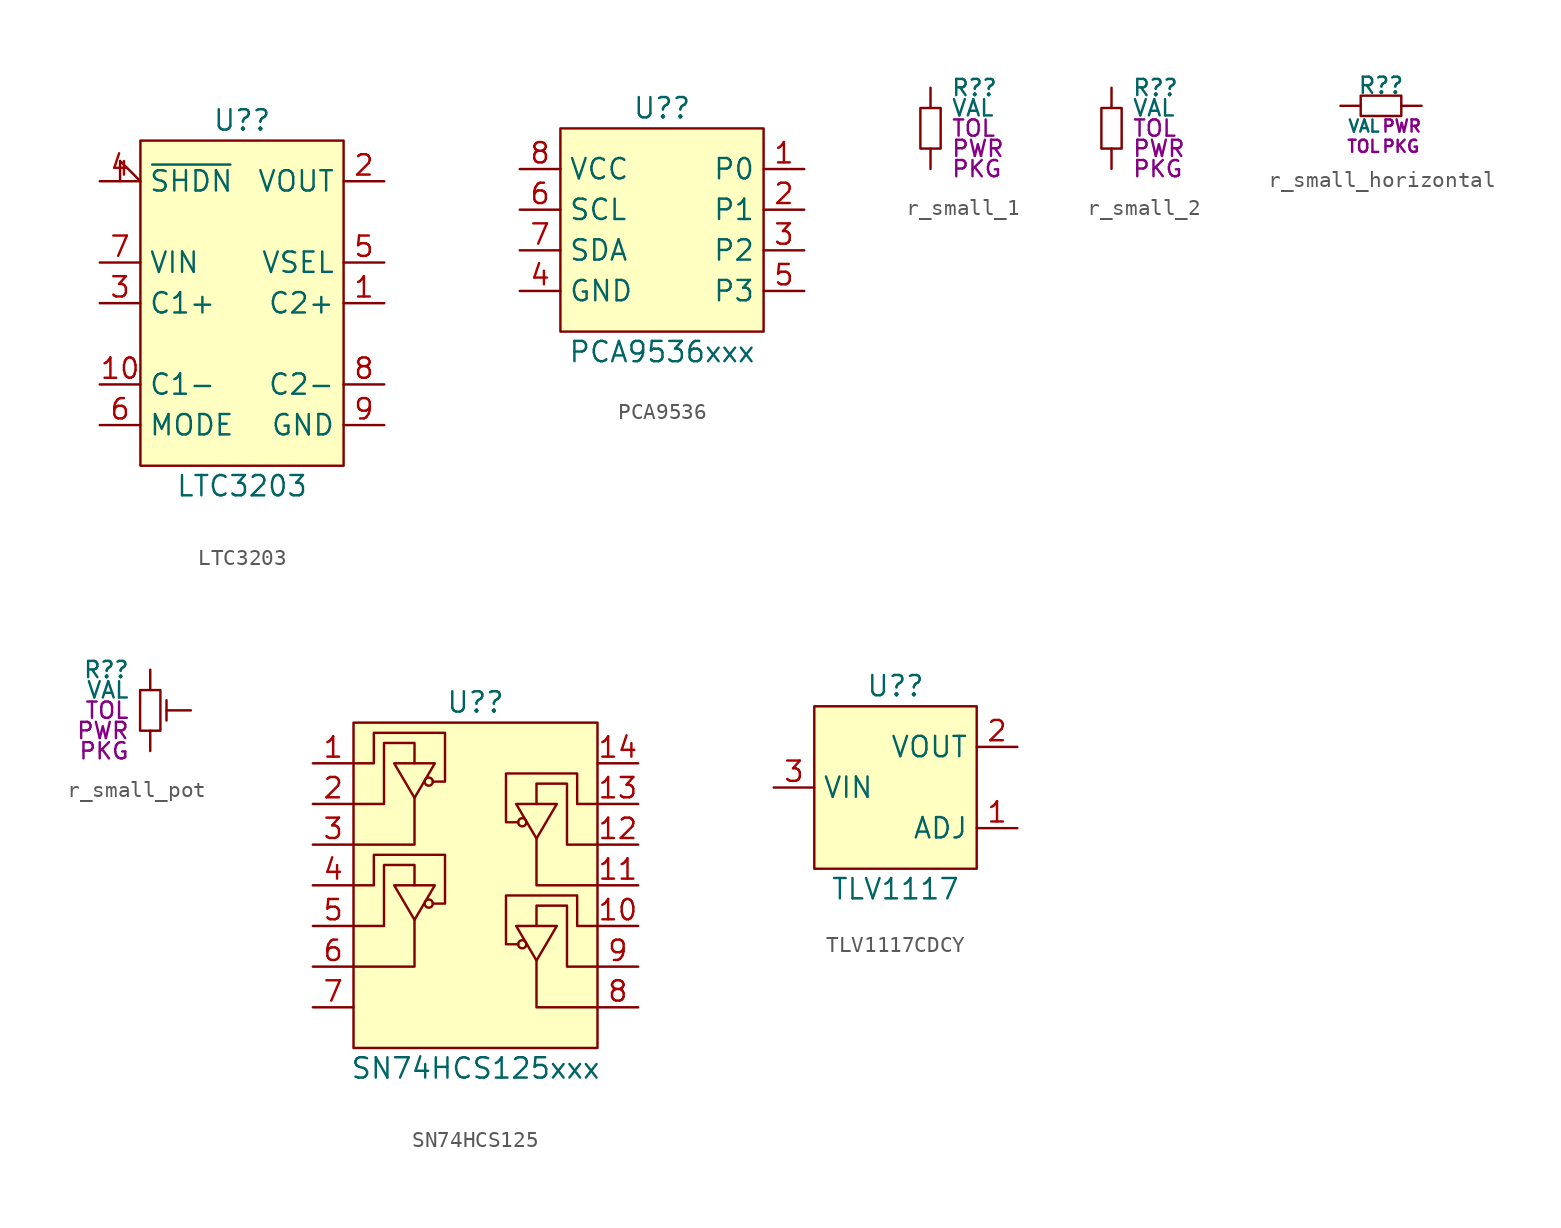
<source format=kicad_sym>
(kicad_symbol_lib
  (version 20220914)
  (generator kicad_symbol_editor)
  (symbol "LTC3203"
    (property "Reference" "U?"
      (at 0 11.43 0)
      (do_not_autoplace)
      (effects (font (size 1.27 1.27))))
    (property "Value" "LTC3203"
      (at 0 -11.43 0)
      (do_not_autoplace)
      (effects (font (size 1.27 1.27))))
    (symbol "LTC3203_0_0"
      (pin passive line (at 8.89 0 180) (length 2.54) (name "C2+" (effects (font (size 1.27 1.27)))) (number "1" (effects (font (size 1.27 1.27)))))
      (pin passive line (at -8.89 -5.08 0) (length 2.54) (name "C1-" (effects (font (size 1.27 1.27)))) (number "10" (effects (font (size 1.27 1.27)))))
      (pin power_out line (at 8.89 7.62 180) (length 2.54) (name "VOUT" (effects (font (size 1.27 1.27)))) (number "2" (effects (font (size 1.27 1.27)))))
      (pin passive line (at -8.89 0 0) (length 2.54) (name "C1+" (effects (font (size 1.27 1.27)))) (number "3" (effects (font (size 1.27 1.27)))))
      (pin input input_low (at -8.89 7.62 0) (length 2.54) (name "~{SHDN}" (effects (font (size 1.27 1.27)))) (number "4" (effects (font (size 1.27 1.27)))))
      (pin input line (at -8.89 -7.62 0) (length 2.54) (name "MODE" (effects (font (size 1.27 1.27)))) (number "6" (effects (font (size 1.27 1.27)))))
      (pin power_in line (at -8.89 2.54 0) (length 2.54) (name "VIN" (effects (font (size 1.27 1.27)))) (number "7" (effects (font (size 1.27 1.27)))))
      (pin passive line (at 8.89 -5.08 180) (length 2.54) (name "C2-" (effects (font (size 1.27 1.27)))) (number "8" (effects (font (size 1.27 1.27)))))
      (pin passive line (at 8.89 -7.62 180) (length 2.54) (name "GND" (effects (font (size 1.27 1.27)))) (number "9" (effects (font (size 1.27 1.27))))))
    (symbol "LTC3203_1_0"
      (pin passive line (at 8.89 -7.62 180) (length 2.54) hide (name "GND" (effects (font (size 1.27 1.27)))) (number "11" (effects (font (size 1.27 1.27)))))
      (pin input line (at 8.89 2.54 180) (length 2.54) (name "VSEL" (effects (font (size 1.27 1.27)))) (number "5" (effects (font (size 1.27 1.27)))) (alternate "FB" passive line)))
    (symbol "LTC3203_1_1"
      (rectangle (start -6.35 10.16) (end 6.35 -10.16) (stroke (width 0) (type default)) (fill (type background)))))
  (symbol "PCA9536"
    (property "Reference" "U?"
      (at 0 7.62 0)
      (do_not_autoplace)
      (effects (font (size 1.27 1.27))))
    (property "Value" "PCA9536xxx"
      (at 0 -7.62 0)
      (do_not_autoplace)
      (effects (font (size 1.27 1.27))))
    (symbol "PCA9536_0_0"
      (pin bidirectional line (at 8.89 3.81 180) (length 2.54) (name "P0" (effects (font (size 1.27 1.27)))) (number "1" (effects (font (size 1.27 1.27)))))
      (pin bidirectional line (at 8.89 1.27 180) (length 2.54) (name "P1" (effects (font (size 1.27 1.27)))) (number "2" (effects (font (size 1.27 1.27)))))
      (pin bidirectional line (at 8.89 -1.27 180) (length 2.54) (name "P2" (effects (font (size 1.27 1.27)))) (number "3" (effects (font (size 1.27 1.27)))))
      (pin passive line (at -8.89 -3.81 0) (length 2.54) (name "GND" (effects (font (size 1.27 1.27)))) (number "4" (effects (font (size 1.27 1.27)))))
      (pin bidirectional line (at 8.89 -3.81 180) (length 2.54) (name "P3" (effects (font (size 1.27 1.27)))) (number "5" (effects (font (size 1.27 1.27)))))
      (pin input line (at -8.89 1.27 0) (length 2.54) (name "SCL" (effects (font (size 1.27 1.27)))) (number "6" (effects (font (size 1.27 1.27)))))
      (pin bidirectional line (at -8.89 -1.27 0) (length 2.54) (name "SDA" (effects (font (size 1.27 1.27)))) (number "7" (effects (font (size 1.27 1.27)))))
      (pin power_in line (at -8.89 3.81 0) (length 2.54) (name "VCC" (effects (font (size 1.27 1.27)))) (number "8" (effects (font (size 1.27 1.27))))))
    (symbol "PCA9536_1_1"
      (rectangle (start -6.35 6.35) (end 6.35 -6.35) (stroke (width 0) (type default)) (fill (type background)))))
  (symbol "r_small_1"
    (property "Reference" "R?"
      (at 1.27 2.54 0)
      (do_not_autoplace)
      (effects (font (size 1.016 1.016)) (justify left)))
    (property "Value" "VAL"
      (at 1.27 1.27 0)
      (do_not_autoplace)
      (effects (font (size 1.016 1.016)) (justify left)))
    (property "Tolerance" "TOL"
      (at 1.27 0 0)
      (do_not_autoplace)
      (effects (font (size 1.016 1.016)) (justify left)))
    (property "Power Rating" "PWR"
      (at 1.27 -1.27 0)
      (do_not_autoplace)
      (effects (font (size 1.016 1.016)) (justify left)))
    (property "Package" "PKG"
      (at 1.27 -2.54 0)
      (do_not_autoplace)
      (effects (font (size 1.016 1.016)) (justify left)))
    (symbol "r_small_1_0_1"
      (polyline (pts (xy -0.635 1.27) (xy -0.635 -1.27) (xy 0.635 -1.27) (xy 0.635 1.27) (xy -0.635 1.27)) (stroke (width 0) (type default)) (fill (type none))))
    (symbol "r_small_1_1_1"
      (pin passive line (at 0 2.54 270) (length 1.27) (name "" (effects (font (size 0 0)))) (number "1" (effects (font (size 0 0)))))
      (pin passive line (at 0 -2.54 90) (length 1.27) (name "" (effects (font (size 0 0)))) (number "2" (effects (font (size 0 0)))))))
  (symbol "r_small_2"
    (property "Reference" "R?"
      (at 1.27 2.54 0)
      (do_not_autoplace)
      (effects (font (size 1.016 1.016)) (justify left)))
    (property "Value" "VAL"
      (at 1.27 1.27 0)
      (do_not_autoplace)
      (effects (font (size 1.016 1.016)) (justify left)))
    (property "Tolerance" "TOL"
      (at 1.27 0 0)
      (do_not_autoplace)
      (effects (font (size 1.016 1.016)) (justify left)))
    (property "Power Rating" "PWR"
      (at 1.27 -1.27 0)
      (do_not_autoplace)
      (effects (font (size 1.016 1.016)) (justify left)))
    (property "Package" "PKG"
      (at 1.27 -2.54 0)
      (do_not_autoplace)
      (effects (font (size 1.016 1.016)) (justify left)))
    (symbol "r_small_2_0_1"
      (polyline (pts (xy -0.635 1.27) (xy -0.635 -1.27) (xy 0.635 -1.27) (xy 0.635 1.27) (xy -0.635 1.27)) (stroke (width 0) (type default)) (fill (type none))))
    (symbol "r_small_2_1_1"
      (pin passive line (at 0 2.54 270) (length 1.27) (name "" (effects (font (size 0 0)))) (number "1" (effects (font (size 0 0)))))
      (pin passive line (at 0 -2.54 90) (length 1.27) (name "" (effects (font (size 0 0)))) (number "2" (effects (font (size 0 0)))))))
  (symbol "r_small_horizontal"
    (property "Reference" "R?"
      (at 0 1.27 0)
      (do_not_autoplace)
      (effects (font (size 1.016 1.016))))
    (property "Value" "VAL"
      (at 0 -1.27 0)
      (do_not_autoplace)
      (effects (font (size 0.762 0.762)) (justify right)))
    (property "Tolerance" "TOL"
      (at 0 -2.54 0)
      (do_not_autoplace)
      (effects (font (size 0.762 0.762)) (justify right)))
    (property "Power Rating" "PWR"
      (at 0 -1.27 0)
      (do_not_autoplace)
      (effects (font (size 0.762 0.762)) (justify left)))
    (property "Package" "PKG"
      (at 0 -2.54 0)
      (do_not_autoplace)
      (effects (font (size 0.762 0.762)) (justify left)))
    (symbol "r_small_horizontal_0_1"
      (polyline (pts (xy -1.27 -0.635) (xy 1.27 -0.635) (xy 1.27 0.635) (xy -1.27 0.635) (xy -1.27 -0.635)) (stroke (width 0) (type default)) (fill (type none))))
    (symbol "r_small_horizontal_1_1"
      (pin passive line (at -2.54 0 0) (length 1.27) (name "" (effects (font (size 0 0)))) (number "1" (effects (font (size 0 0)))))
      (pin passive line (at 2.54 0 180) (length 1.27) (name "" (effects (font (size 0 0)))) (number "2" (effects (font (size 0 0)))))))
  (symbol "r_small_pot"
    (pin_numbers hide)
    (pin_names hide)
    (property "Reference" "R?"
      (at -1.27 2.54 0)
      (do_not_autoplace)
      (effects (font (size 1.016 1.016)) (justify right)))
    (property "Value" "VAL"
      (at -1.27 1.27 0)
      (do_not_autoplace)
      (effects (font (size 1.016 1.016)) (justify right)))
    (property "Tolerance" "TOL"
      (at -1.27 0 0)
      (do_not_autoplace)
      (effects (font (size 1.016 1.016)) (justify right)))
    (property "Power Rating" "PWR"
      (at -1.27 -1.27 0)
      (do_not_autoplace)
      (effects (font (size 1.016 1.016)) (justify right)))
    (property "Package" "PKG"
      (at -1.27 -2.54 0)
      (do_not_autoplace)
      (effects (font (size 1.016 1.016)) (justify right)))
    (symbol "r_small_pot_0_1"
      (polyline (pts (xy 1.016 0.635) (xy 1.016 -0.635)) (stroke (width 0) (type default)) (fill (type none)))
      (polyline (pts (xy -0.635 1.27) (xy -0.635 -1.27) (xy 0.635 -1.27) (xy 0.635 1.27) (xy -0.635 1.27)) (stroke (width 0) (type default)) (fill (type none))))
    (symbol "r_small_pot_1_0"
      (pin passive line (at 2.54 0 180) (length 1.524) (name "W" (effects (font (size 1.27 1.27)))) (number "3" (effects (font (size 1.27 1.27))))))
    (symbol "r_small_pot_1_1"
      (pin passive line (at 0 2.54 270) (length 1.27) (name "" (effects (font (size 0 0)))) (number "1" (effects (font (size 0 0)))))
      (pin passive line (at 0 -2.54 90) (length 1.27) (name "" (effects (font (size 0 0)))) (number "2" (effects (font (size 0 0)))))))
  (symbol "SN74HCS125"
    (pin_names hide)
    (property "Reference" "U?"
      (at 0 11.43 0)
      (do_not_autoplace)
      (effects (font (size 1.27 1.27))))
    (property "Value" "SN74HCS125xxx"
      (at 0 -11.43 0)
      (do_not_autoplace)
      (effects (font (size 1.27 1.27))))
    (symbol "SN74HCS125_0_0"
      (pin input line (at -10.16 7.62 0) (length 2.54) (name "1~{OE}" (effects (font (size 1.27 1.27)))) (number "1" (effects (font (size 1.27 1.27)))))
      (pin input line (at 10.16 -2.54 180) (length 2.54) (name "3~{OE}" (effects (font (size 1.27 1.27)))) (number "10" (effects (font (size 1.27 1.27)))))
      (pin output line (at 10.16 0 180) (length 2.54) (name "4Y" (effects (font (size 1.27 1.27)))) (number "11" (effects (font (size 1.27 1.27)))))
      (pin input line (at 10.16 2.54 180) (length 2.54) (name "4A" (effects (font (size 1.27 1.27)))) (number "12" (effects (font (size 1.27 1.27)))))
      (pin input line (at 10.16 5.08 180) (length 2.54) (name "4~{OE}" (effects (font (size 1.27 1.27)))) (number "13" (effects (font (size 1.27 1.27)))))
      (pin power_in line (at 10.16 7.62 180) (length 2.54) (name "VCC" (effects (font (size 1.27 1.27)))) (number "14" (effects (font (size 1.27 1.27)))))
      (pin input line (at -10.16 5.08 0) (length 2.54) (name "1A" (effects (font (size 1.27 1.27)))) (number "2" (effects (font (size 1.27 1.27)))))
      (pin output line (at -10.16 2.54 0) (length 2.54) (name "1Y" (effects (font (size 1.27 1.27)))) (number "3" (effects (font (size 1.27 1.27)))))
      (pin input line (at -10.16 0 0) (length 2.54) (name "2~{OE}" (effects (font (size 1.27 1.27)))) (number "4" (effects (font (size 1.27 1.27)))))
      (pin input line (at -10.16 -2.54 0) (length 2.54) (name "2A" (effects (font (size 1.27 1.27)))) (number "5" (effects (font (size 1.27 1.27)))))
      (pin output line (at -10.16 -5.08 0) (length 2.54) (name "2Y" (effects (font (size 1.27 1.27)))) (number "6" (effects (font (size 1.27 1.27)))))
      (pin passive line (at -10.16 -7.62 0) (length 2.54) (name "GND" (effects (font (size 1.27 1.27)))) (number "7" (effects (font (size 1.27 1.27)))))
      (pin output line (at 10.16 -7.62 180) (length 2.54) (name "3Y" (effects (font (size 1.27 1.27)))) (number "8" (effects (font (size 1.27 1.27)))))
      (pin input line (at 10.16 -5.08 180) (length 2.54) (name "3A" (effects (font (size 1.27 1.27)))) (number "9" (effects (font (size 1.27 1.27))))))
    (symbol "SN74HCS125_1_1"
      (rectangle (start -7.62 10.16) (end 7.62 -10.16) (stroke (width 0) (type default)) (fill (type background)))
      (circle (center -2.921 -1.143) (radius 0.254) (stroke (width 0) (type default)) (fill (type none)))
      (circle (center -2.921 6.477) (radius 0.254) (stroke (width 0) (type default)) (fill (type none)))
      (polyline (pts (xy -3.81 -2.159) (xy -3.81 -5.08) (xy -7.62 -5.08)) (stroke (width 0) (type default)) (fill (type none)))
      (polyline (pts (xy -3.81 5.461) (xy -3.81 2.54) (xy -7.62 2.54)) (stroke (width 0) (type default)) (fill (type none)))
      (polyline (pts (xy 3.81 -4.699) (xy 3.81 -7.62) (xy 7.62 -7.62)) (stroke (width 0) (type default)) (fill (type none)))
      (polyline (pts (xy 3.81 2.921) (xy 3.81 0) (xy 7.62 0)) (stroke (width 0) (type default)) (fill (type none)))
      (polyline (pts (xy -5.08 0) (xy -2.54 0) (xy -3.81 -2.159) (xy -5.08 0)) (stroke (width 0) (type default)) (fill (type none)))
      (polyline (pts (xy -5.08 7.62) (xy -2.54 7.62) (xy -3.81 5.461) (xy -5.08 7.62)) (stroke (width 0) (type default)) (fill (type none)))
      (polyline (pts (xy 5.08 -2.54) (xy 2.54 -2.54) (xy 3.81 -4.699) (xy 5.08 -2.54)) (stroke (width 0) (type default)) (fill (type none)))
      (polyline (pts (xy 5.08 5.08) (xy 2.54 5.08) (xy 3.81 2.921) (xy 5.08 5.08)) (stroke (width 0) (type default)) (fill (type none)))
      (polyline (pts (xy -7.62 -2.54) (xy -5.715 -2.54) (xy -5.715 1.27) (xy -3.81 1.27) (xy -3.81 0)) (stroke (width 0) (type default)) (fill (type none)))
      (polyline (pts (xy -7.62 5.08) (xy -5.715 5.08) (xy -5.715 8.89) (xy -3.81 8.89) (xy -3.81 7.62)) (stroke (width 0) (type default)) (fill (type none)))
      (polyline (pts (xy 7.62 -5.08) (xy 5.715 -5.08) (xy 5.715 -1.27) (xy 3.81 -1.27) (xy 3.81 -2.54)) (stroke (width 0) (type default)) (fill (type none)))
      (polyline (pts (xy 7.62 2.54) (xy 5.715 2.54) (xy 5.715 6.35) (xy 3.81 6.35) (xy 3.81 5.08)) (stroke (width 0) (type default)) (fill (type none)))
      (polyline (pts (xy -7.62 0) (xy -6.35 0) (xy -6.35 1.905) (xy -1.905 1.905) (xy -1.905 -1.143) (xy -2.667 -1.143)) (stroke (width 0) (type default)) (fill (type none)))
      (polyline (pts (xy -7.62 7.62) (xy -6.35 7.62) (xy -6.35 9.525) (xy -1.905 9.525) (xy -1.905 6.477) (xy -2.667 6.477)) (stroke (width 0) (type default)) (fill (type none)))
      (polyline (pts (xy 7.62 -2.54) (xy 6.35 -2.54) (xy 6.35 -0.635) (xy 1.905 -0.635) (xy 1.905 -3.683) (xy 2.667 -3.683)) (stroke (width 0) (type default)) (fill (type none)))
      (polyline (pts (xy 7.62 5.08) (xy 6.35 5.08) (xy 6.35 6.985) (xy 1.905 6.985) (xy 1.905 3.937) (xy 2.667 3.937)) (stroke (width 0) (type default)) (fill (type none)))
      (circle (center 2.921 -3.683) (radius 0.254) (stroke (width 0) (type default)) (fill (type none)))
      (circle (center 2.921 3.937) (radius 0.254) (stroke (width 0) (type default)) (fill (type none)))))
  (symbol "TLV1117CDCY"
    (property "Reference" "U?"
      (at 0 6.35 0)
      (do_not_autoplace)
      (effects (font (size 1.27 1.27))))
    (property "Value" "TLV1117"
      (at 0 -6.35 0)
      (do_not_autoplace)
      (effects (font (size 1.27 1.27))))
    (symbol "TLV1117CDCY_1_1"
      (rectangle (start -5.08 5.08) (end 5.08 -5.08) (stroke (width 0) (type default)) (fill (type background)))
      (pin passive line (at 7.62 -2.54 180) (length 2.54) (name "ADJ" (effects (font (size 1.27 1.27)))) (number "1" (effects (font (size 1.27 1.27)))) (alternate "GND" passive line))
      (pin power_out line (at 7.62 2.54 180) (length 2.54) (name "VOUT" (effects (font (size 1.27 1.27)))) (number "2" (effects (font (size 1.27 1.27)))))
      (pin power_in line (at -7.62 0 0) (length 2.54) (name "VIN" (effects (font (size 1.27 1.27)))) (number "3" (effects (font (size 1.27 1.27))))))))
</source>
